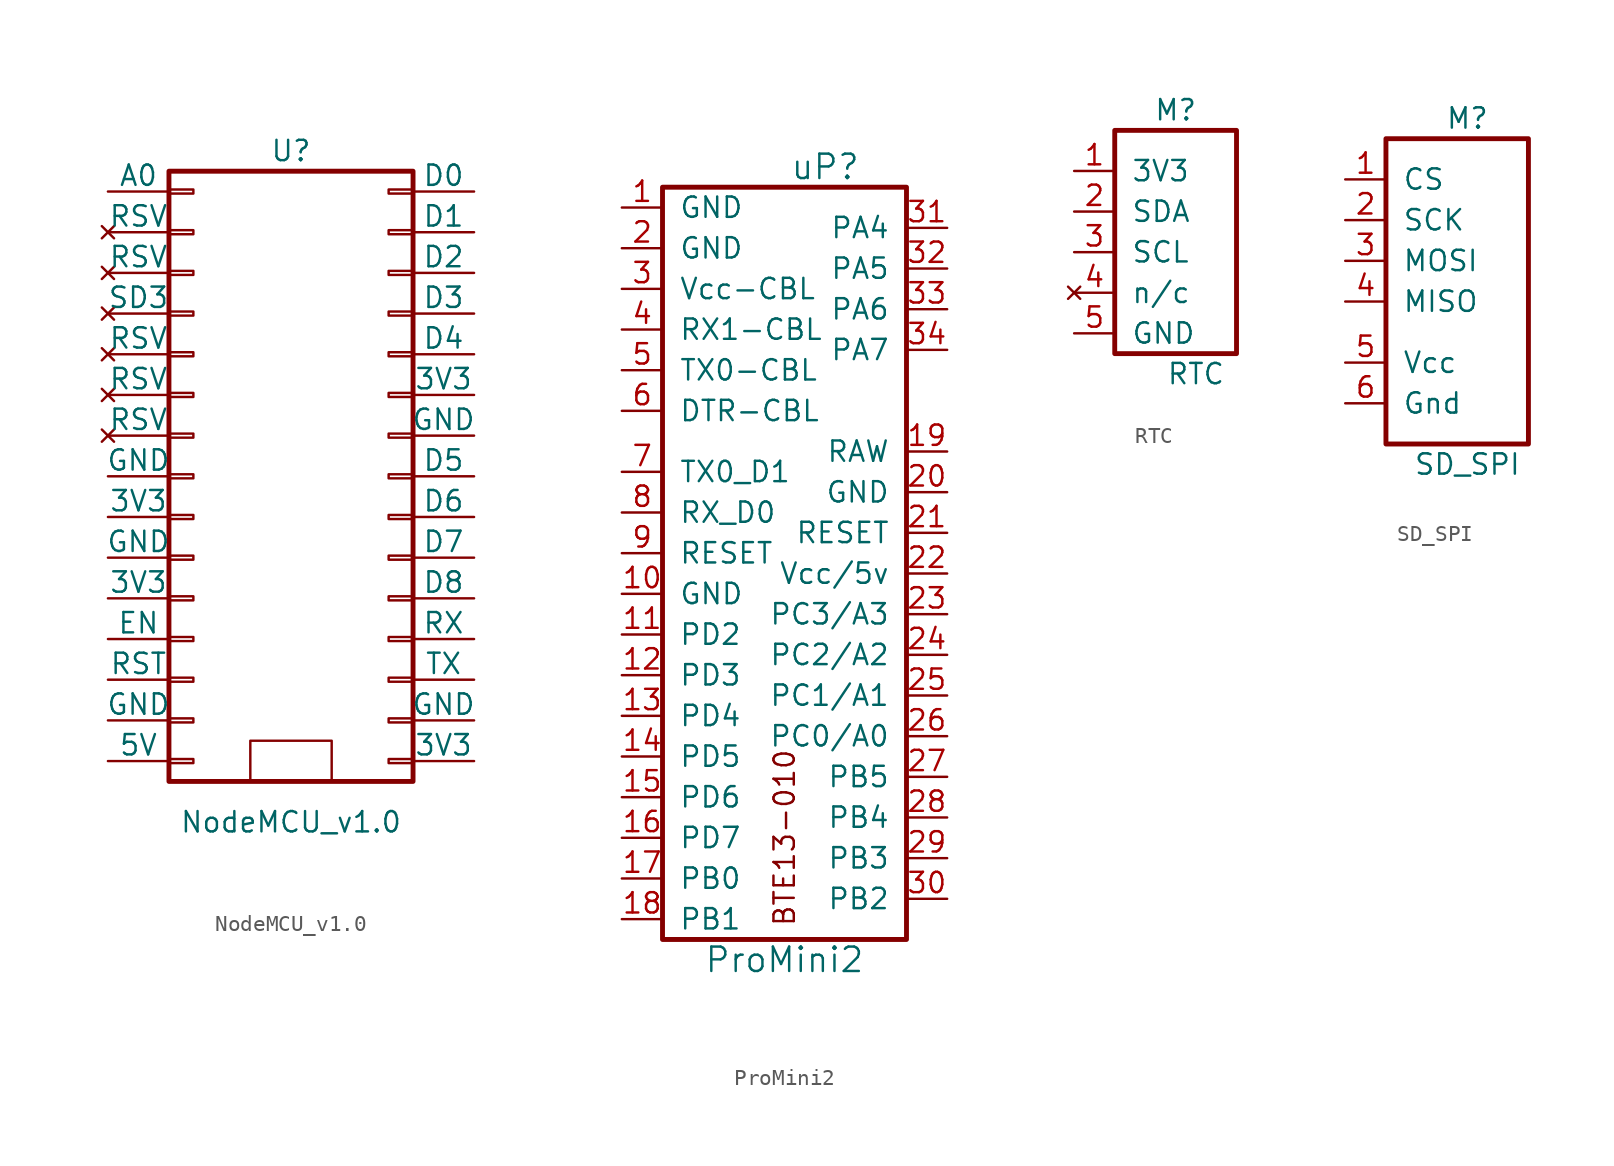
<source format=kicad_sym>
(kicad_symbol_lib
  (version 20211014)
  (generator kicad_symbol_editor)
  (symbol "NodeMCU_v1.0"
    (pin_numbers hide)
    (pin_names
      (offset 0))
    (property "Reference" "U"
      (at 0 20.32 0)
      (effects (font (size 1.27 1.27))))
    (property "Value" "NodeMCU_v1.0"
      (at 0 -21.59 0)
      (effects (font (size 1.27 1.27))))
    (property "Footprint" ""
      (at 6.35 0 0)
      (effects (font (size 1.27 1.27))))
    (property "Datasheet" ""
      (at 6.35 0 0)
      (effects (font (size 1.27 1.27))))
    (symbol "NodeMCU_v1.0_0_1"
      (rectangle (start -7.62 -17.653) (end -6.096 -17.907) (stroke (width 0) (type default) (color 0 0 0 0)) (fill (type none)))
      (rectangle (start -7.62 -15.113) (end -6.096 -15.367) (stroke (width 0) (type default) (color 0 0 0 0)) (fill (type none)))
      (rectangle (start -7.62 -12.573) (end -6.096 -12.827) (stroke (width 0) (type default) (color 0 0 0 0)) (fill (type none)))
      (rectangle (start -7.62 -10.033) (end -6.096 -10.287) (stroke (width 0) (type default) (color 0 0 0 0)) (fill (type none)))
      (rectangle (start -7.62 -7.493) (end -6.096 -7.747) (stroke (width 0) (type default) (color 0 0 0 0)) (fill (type none)))
      (rectangle (start -7.62 -4.953) (end -6.096 -5.207) (stroke (width 0) (type default) (color 0 0 0 0)) (fill (type none)))
      (rectangle (start -7.62 -2.413) (end -6.096 -2.667) (stroke (width 0) (type default) (color 0 0 0 0)) (fill (type none)))
      (rectangle (start -7.62 0.127) (end -6.096 -0.127) (stroke (width 0) (type default) (color 0 0 0 0)) (fill (type none)))
      (rectangle (start -7.62 2.667) (end -6.096 2.413) (stroke (width 0) (type default) (color 0 0 0 0)) (fill (type none)))
      (rectangle (start -7.62 5.207) (end -6.096 4.953) (stroke (width 0) (type default) (color 0 0 0 0)) (fill (type none)))
      (rectangle (start -7.62 7.747) (end -6.096 7.493) (stroke (width 0) (type default) (color 0 0 0 0)) (fill (type none)))
      (rectangle (start -7.62 10.287) (end -6.096 10.033) (stroke (width 0) (type default) (color 0 0 0 0)) (fill (type none)))
      (rectangle (start -7.62 12.827) (end -6.096 12.573) (stroke (width 0) (type default) (color 0 0 0 0)) (fill (type none)))
      (rectangle (start -7.62 15.367) (end -6.096 15.113) (stroke (width 0) (type default) (color 0 0 0 0)) (fill (type none)))
      (rectangle (start -7.62 17.907) (end -6.096 17.653) (stroke (width 0) (type default) (color 0 0 0 0)) (fill (type none)))
      (rectangle (start -7.62 19.05) (end 7.62 -19.05) (stroke (width 0.305) (type default) (color 0 0 0 0)) (fill (type none)))
      (rectangle (start 2.54 -16.51) (end -2.54 -19.05) (stroke (width 0) (type default) (color 0 0 0 0)) (fill (type none)))
      (rectangle (start 7.62 -17.653) (end 6.096 -17.907) (stroke (width 0) (type default) (color 0 0 0 0)) (fill (type none)))
      (rectangle (start 7.62 -15.113) (end 6.096 -15.367) (stroke (width 0) (type default) (color 0 0 0 0)) (fill (type none)))
      (rectangle (start 7.62 -12.573) (end 6.096 -12.827) (stroke (width 0) (type default) (color 0 0 0 0)) (fill (type none)))
      (rectangle (start 7.62 -10.033) (end 6.096 -10.287) (stroke (width 0) (type default) (color 0 0 0 0)) (fill (type none)))
      (rectangle (start 7.62 -7.493) (end 6.096 -7.747) (stroke (width 0) (type default) (color 0 0 0 0)) (fill (type none)))
      (rectangle (start 7.62 -4.953) (end 6.096 -5.207) (stroke (width 0) (type default) (color 0 0 0 0)) (fill (type none)))
      (rectangle (start 7.62 -2.413) (end 6.096 -2.667) (stroke (width 0) (type default) (color 0 0 0 0)) (fill (type none)))
      (rectangle (start 7.62 0.127) (end 6.096 -0.127) (stroke (width 0) (type default) (color 0 0 0 0)) (fill (type none)))
      (rectangle (start 7.62 2.667) (end 6.096 2.413) (stroke (width 0) (type default) (color 0 0 0 0)) (fill (type none)))
      (rectangle (start 7.62 5.207) (end 6.096 4.953) (stroke (width 0) (type default) (color 0 0 0 0)) (fill (type none)))
      (rectangle (start 7.62 7.747) (end 6.096 7.493) (stroke (width 0) (type default) (color 0 0 0 0)) (fill (type none)))
      (rectangle (start 7.62 10.287) (end 6.096 10.033) (stroke (width 0) (type default) (color 0 0 0 0)) (fill (type none)))
      (rectangle (start 7.62 12.827) (end 6.096 12.573) (stroke (width 0) (type default) (color 0 0 0 0)) (fill (type none)))
      (rectangle (start 7.62 15.367) (end 6.096 15.113) (stroke (width 0) (type default) (color 0 0 0 0)) (fill (type none)))
      (rectangle (start 7.62 17.907) (end 6.096 17.653) (stroke (width 0) (type default) (color 0 0 0 0)) (fill (type none))))
    (symbol "NodeMCU_v1.0_1_1"
      (pin bidirectional line (at -11.43 17.78 0) (length 3.81) (name "A0" (effects (font (size 1.27 1.27)))) (number "1" (effects (font (size 1.27 1.27)))))
      (pin passive line (at -11.43 -5.08 0) (length 3.81) (name "GND" (effects (font (size 1.27 1.27)))) (number "10" (effects (font (size 1.27 1.27)))))
      (pin passive line (at -11.43 -7.62 0) (length 3.81) (name "3V3" (effects (font (size 1.27 1.27)))) (number "11" (effects (font (size 1.27 1.27)))))
      (pin tri_state line (at -11.43 -10.16 0) (length 3.81) (name "EN" (effects (font (size 1.27 1.27)))) (number "12" (effects (font (size 1.27 1.27)))))
      (pin input line (at -11.43 -12.7 0) (length 3.81) (name "RST" (effects (font (size 1.27 1.27)))) (number "13" (effects (font (size 1.27 1.27)))))
      (pin power_in line (at -11.43 -15.24 0) (length 3.81) (name "GND" (effects (font (size 1.27 1.27)))) (number "14" (effects (font (size 1.27 1.27)))))
      (pin power_in line (at -11.43 -17.78 0) (length 3.81) (name "5V" (effects (font (size 1.27 1.27)))) (number "15" (effects (font (size 1.27 1.27)))))
      (pin passive line (at 11.43 -17.78 180) (length 3.81) (name "3V3" (effects (font (size 1.27 1.27)))) (number "16" (effects (font (size 1.27 1.27)))))
      (pin passive line (at 11.43 -15.24 180) (length 3.81) (name "GND" (effects (font (size 1.27 1.27)))) (number "17" (effects (font (size 1.27 1.27)))))
      (pin tri_state line (at 11.43 -12.7 180) (length 3.81) (name "TX" (effects (font (size 1.27 1.27)))) (number "18" (effects (font (size 1.27 1.27)))))
      (pin tri_state line (at 11.43 -10.16 180) (length 3.81) (name "RX" (effects (font (size 1.27 1.27)))) (number "19" (effects (font (size 1.27 1.27)))))
      (pin no_connect line (at -11.43 15.24 0) (length 3.81) (name "RSV" (effects (font (size 1.27 1.27)))) (number "2" (effects (font (size 1.27 1.27)))))
      (pin bidirectional line (at 11.43 -7.62 180) (length 3.81) (name "D8" (effects (font (size 1.27 1.27)))) (number "20" (effects (font (size 1.27 1.27)))))
      (pin bidirectional line (at 11.43 -5.08 180) (length 3.81) (name "D7" (effects (font (size 1.27 1.27)))) (number "21" (effects (font (size 1.27 1.27)))))
      (pin bidirectional line (at 11.43 -2.54 180) (length 3.81) (name "D6" (effects (font (size 1.27 1.27)))) (number "22" (effects (font (size 1.27 1.27)))))
      (pin bidirectional line (at 11.43 0 180) (length 3.81) (name "D5" (effects (font (size 1.27 1.27)))) (number "23" (effects (font (size 1.27 1.27)))))
      (pin passive line (at 11.43 2.54 180) (length 3.81) (name "GND" (effects (font (size 1.27 1.27)))) (number "24" (effects (font (size 1.27 1.27)))))
      (pin power_in line (at 11.43 5.08 180) (length 3.81) (name "3V3" (effects (font (size 1.27 1.27)))) (number "25" (effects (font (size 1.27 1.27)))))
      (pin bidirectional line (at 11.43 7.62 180) (length 3.81) (name "D4" (effects (font (size 1.27 1.27)))) (number "26" (effects (font (size 1.27 1.27)))))
      (pin bidirectional line (at 11.43 10.16 180) (length 3.81) (name "D3" (effects (font (size 1.27 1.27)))) (number "27" (effects (font (size 1.27 1.27)))))
      (pin bidirectional line (at 11.43 12.7 180) (length 3.81) (name "D2" (effects (font (size 1.27 1.27)))) (number "28" (effects (font (size 1.27 1.27)))))
      (pin bidirectional line (at 11.43 15.24 180) (length 3.81) (name "D1" (effects (font (size 1.27 1.27)))) (number "29" (effects (font (size 1.27 1.27)))))
      (pin no_connect line (at -11.43 12.7 0) (length 3.81) (name "RSV" (effects (font (size 1.27 1.27)))) (number "3" (effects (font (size 1.27 1.27)))))
      (pin bidirectional line (at 11.43 17.78 180) (length 3.81) (name "D0" (effects (font (size 1.27 1.27)))) (number "30" (effects (font (size 1.27 1.27)))))
      (pin no_connect line (at -11.43 10.16 0) (length 3.81) (name "SD3" (effects (font (size 1.27 1.27)))) (number "4" (effects (font (size 1.27 1.27)))))
      (pin no_connect line (at -11.43 7.62 0) (length 3.81) (name "RSV" (effects (font (size 1.27 1.27)))) (number "5" (effects (font (size 1.27 1.27)))))
      (pin no_connect line (at -11.43 5.08 0) (length 3.81) (name "RSV" (effects (font (size 1.27 1.27)))) (number "6" (effects (font (size 1.27 1.27)))))
      (pin no_connect line (at -11.43 2.54 0) (length 3.81) (name "RSV" (effects (font (size 1.27 1.27)))) (number "7" (effects (font (size 1.27 1.27)))))
      (pin passive line (at -11.43 0 0) (length 3.81) (name "GND" (effects (font (size 1.27 1.27)))) (number "8" (effects (font (size 1.27 1.27)))))
      (pin passive line (at -11.43 -2.54 0) (length 3.81) (name "3V3" (effects (font (size 1.27 1.27)))) (number "9" (effects (font (size 1.27 1.27)))))))
  (symbol "ProMini2"
    (pin_names
      (offset 1.016))
    (property "Reference" "uP"
      (at -12.7 -8.89 0)
      (effects (font (size 1.524 1.524))))
    (property "Value" "ProMini2"
      (at -15.24 -58.42 0)
      (effects (font (size 1.524 1.524))))
    (property "Footprint" ""
      (at -15.24 -58.42 0)
      (effects (font (size 1.524 1.524))))
    (property "Datasheet" ""
      (at -15.24 -58.42 0)
      (effects (font (size 1.524 1.524))))
    (symbol "ProMini2_0_1"
      (rectangle (start -22.86 -10.16) (end -7.62 -57.15) (stroke (width 0.305) (type default) (color 0 0 0 0)) (fill (type none))))
    (symbol "ProMini2_1_0"
      (text "BTE13-010" (at -15.24 -50.8 900) (effects (font (size 1.27 1.27)))))
    (symbol "ProMini2_1_1"
      (pin input line (at -25.4 -11.43 0) (length 2.54) (name "GND" (effects (font (size 1.27 1.27)))) (number "1" (effects (font (size 1.27 1.27)))))
      (pin input line (at -25.4 -35.56 0) (length 2.54) (name "GND" (effects (font (size 1.27 1.27)))) (number "10" (effects (font (size 1.27 1.27)))))
      (pin bidirectional line (at -25.4 -38.1 0) (length 2.54) (name "PD2" (effects (font (size 1.27 1.27)))) (number "11" (effects (font (size 1.27 1.27)))))
      (pin bidirectional line (at -25.4 -40.64 0) (length 2.54) (name "PD3" (effects (font (size 1.27 1.27)))) (number "12" (effects (font (size 1.27 1.27)))))
      (pin bidirectional line (at -25.4 -43.18 0) (length 2.54) (name "PD4" (effects (font (size 1.27 1.27)))) (number "13" (effects (font (size 1.27 1.27)))))
      (pin bidirectional line (at -25.4 -45.72 0) (length 2.54) (name "PD5" (effects (font (size 1.27 1.27)))) (number "14" (effects (font (size 1.27 1.27)))))
      (pin bidirectional line (at -25.4 -48.26 0) (length 2.54) (name "PD6" (effects (font (size 1.27 1.27)))) (number "15" (effects (font (size 1.27 1.27)))))
      (pin bidirectional line (at -25.4 -50.8 0) (length 2.54) (name "PD7" (effects (font (size 1.27 1.27)))) (number "16" (effects (font (size 1.27 1.27)))))
      (pin bidirectional line (at -25.4 -53.34 0) (length 2.54) (name "PB0" (effects (font (size 1.27 1.27)))) (number "17" (effects (font (size 1.27 1.27)))))
      (pin bidirectional line (at -25.4 -55.88 0) (length 2.54) (name "PB1" (effects (font (size 1.27 1.27)))) (number "18" (effects (font (size 1.27 1.27)))))
      (pin input line (at -5.08 -26.67 180) (length 2.54) (name "RAW" (effects (font (size 1.27 1.27)))) (number "19" (effects (font (size 1.27 1.27)))))
      (pin input line (at -25.4 -13.97 0) (length 2.54) (name "GND" (effects (font (size 1.27 1.27)))) (number "2" (effects (font (size 1.27 1.27)))))
      (pin input line (at -5.08 -29.21 180) (length 2.54) (name "GND" (effects (font (size 1.27 1.27)))) (number "20" (effects (font (size 1.27 1.27)))))
      (pin input line (at -5.08 -31.75 180) (length 2.54) (name "RESET" (effects (font (size 1.27 1.27)))) (number "21" (effects (font (size 1.27 1.27)))))
      (pin input line (at -5.08 -34.29 180) (length 2.54) (name "Vcc/5v" (effects (font (size 1.27 1.27)))) (number "22" (effects (font (size 1.27 1.27)))))
      (pin bidirectional line (at -5.08 -36.83 180) (length 2.54) (name "PC3/A3" (effects (font (size 1.27 1.27)))) (number "23" (effects (font (size 1.27 1.27)))))
      (pin bidirectional line (at -5.08 -39.37 180) (length 2.54) (name "PC2/A2" (effects (font (size 1.27 1.27)))) (number "24" (effects (font (size 1.27 1.27)))))
      (pin bidirectional line (at -5.08 -41.91 180) (length 2.54) (name "PC1/A1" (effects (font (size 1.27 1.27)))) (number "25" (effects (font (size 1.27 1.27)))))
      (pin bidirectional line (at -5.08 -44.45 180) (length 2.54) (name "PC0/A0" (effects (font (size 1.27 1.27)))) (number "26" (effects (font (size 1.27 1.27)))))
      (pin bidirectional line (at -5.08 -46.99 180) (length 2.54) (name "PB5" (effects (font (size 1.27 1.27)))) (number "27" (effects (font (size 1.27 1.27)))))
      (pin bidirectional line (at -5.08 -49.53 180) (length 2.54) (name "PB4" (effects (font (size 1.27 1.27)))) (number "28" (effects (font (size 1.27 1.27)))))
      (pin bidirectional line (at -5.08 -52.07 180) (length 2.54) (name "PB3" (effects (font (size 1.27 1.27)))) (number "29" (effects (font (size 1.27 1.27)))))
      (pin power_in line (at -25.4 -16.51 0) (length 2.54) (name "Vcc-CBL" (effects (font (size 1.27 1.27)))) (number "3" (effects (font (size 1.27 1.27)))))
      (pin bidirectional line (at -5.08 -54.61 180) (length 2.54) (name "PB2" (effects (font (size 1.27 1.27)))) (number "30" (effects (font (size 1.27 1.27)))))
      (pin bidirectional line (at -5.08 -12.7 180) (length 2.54) (name "PA4" (effects (font (size 1.27 1.27)))) (number "31" (effects (font (size 1.27 1.27)))))
      (pin bidirectional line (at -5.08 -15.24 180) (length 2.54) (name "PA5" (effects (font (size 1.27 1.27)))) (number "32" (effects (font (size 1.27 1.27)))))
      (pin bidirectional line (at -5.08 -17.78 180) (length 2.54) (name "PA6" (effects (font (size 1.27 1.27)))) (number "33" (effects (font (size 1.27 1.27)))))
      (pin bidirectional line (at -5.08 -20.32 180) (length 2.54) (name "PA7" (effects (font (size 1.27 1.27)))) (number "34" (effects (font (size 1.27 1.27)))))
      (pin bidirectional line (at -25.4 -19.05 0) (length 2.54) (name "RX1-CBL" (effects (font (size 1.27 1.27)))) (number "4" (effects (font (size 1.27 1.27)))))
      (pin bidirectional line (at -25.4 -21.59 0) (length 2.54) (name "TX0-CBL" (effects (font (size 1.27 1.27)))) (number "5" (effects (font (size 1.27 1.27)))))
      (pin bidirectional line (at -25.4 -24.13 0) (length 2.54) (name "DTR-CBL" (effects (font (size 1.27 1.27)))) (number "6" (effects (font (size 1.27 1.27)))))
      (pin bidirectional line (at -25.4 -27.94 0) (length 2.54) (name "TX0_D1" (effects (font (size 1.27 1.27)))) (number "7" (effects (font (size 1.27 1.27)))))
      (pin bidirectional line (at -25.4 -30.48 0) (length 2.54) (name "RX_D0" (effects (font (size 1.27 1.27)))) (number "8" (effects (font (size 1.27 1.27)))))
      (pin input line (at -25.4 -33.02 0) (length 2.54) (name "RESET" (effects (font (size 1.27 1.27)))) (number "9" (effects (font (size 1.27 1.27)))))))
  (symbol "RTC"
    (pin_names
      (offset 1.016))
    (property "Reference" "M"
      (at 1.27 10.16 0)
      (effects (font (size 1.27 1.27))))
    (property "Value" "RTC"
      (at 2.54 -6.35 0)
      (effects (font (size 1.27 1.27))))
    (symbol "RTC_0_0"
      (pin power_in line (at -5.08 6.35 0) (length 2.54) (name "3V3" (effects (font (size 1.27 1.27)))) (number "1" (effects (font (size 1.27 1.27)))))
      (pin unspecified line (at -5.08 3.81 0) (length 2.54) (name "SDA" (effects (font (size 1.27 1.27)))) (number "2" (effects (font (size 1.27 1.27)))))
      (pin unspecified line (at -5.08 1.27 0) (length 2.54) (name "SCL" (effects (font (size 1.27 1.27)))) (number "3" (effects (font (size 1.27 1.27)))))
      (pin no_connect line (at -5.08 -1.27 0) (length 2.54) (name "n/c" (effects (font (size 1.27 1.27)))) (number "4" (effects (font (size 1.27 1.27)))))
      (pin unspecified line (at -5.08 -3.81 0) (length 2.54) (name "GND" (effects (font (size 1.27 1.27)))) (number "5" (effects (font (size 1.27 1.27))))))
    (symbol "RTC_0_1"
      (rectangle (start 5.08 -5.08) (end -2.54 8.89) (stroke (width 0.305) (type default) (color 0 0 0 0)) (fill (type none)))))
  (symbol "SD_SPI"
    (pin_names
      (offset 1.016))
    (property "Reference" "M"
      (at 3.81 12.7 0)
      (effects (font (size 1.27 1.27))))
    (property "Value" "SD_SPI"
      (at 3.81 -8.89 0)
      (effects (font (size 1.27 1.27))))
    (symbol "SD_SPI_0_0"
      (pin input line (at -3.81 8.89 0) (length 2.54) (name "CS" (effects (font (size 1.27 1.27)))) (number "1" (effects (font (size 1.27 1.27)))))
      (pin input line (at -3.81 6.35 0) (length 2.54) (name "SCK" (effects (font (size 1.27 1.27)))) (number "2" (effects (font (size 1.27 1.27)))))
      (pin input line (at -3.81 3.81 0) (length 2.54) (name "MOSI" (effects (font (size 1.27 1.27)))) (number "3" (effects (font (size 1.27 1.27)))))
      (pin output line (at -3.81 1.27 0) (length 2.54) (name "MISO" (effects (font (size 1.27 1.27)))) (number "4" (effects (font (size 1.27 1.27)))))
      (pin power_in line (at -3.81 -2.54 0) (length 2.54) (name "Vcc" (effects (font (size 1.27 1.27)))) (number "5" (effects (font (size 1.27 1.27)))))
      (pin power_in line (at -3.81 -5.08 0) (length 2.54) (name "Gnd" (effects (font (size 1.27 1.27)))) (number "6" (effects (font (size 1.27 1.27))))))
    (symbol "SD_SPI_0_1"
      (rectangle (start -1.27 11.43) (end 7.62 -7.62) (stroke (width 0.305) (type default) (color 0 0 0 0)) (fill (type none))))))
</source>
